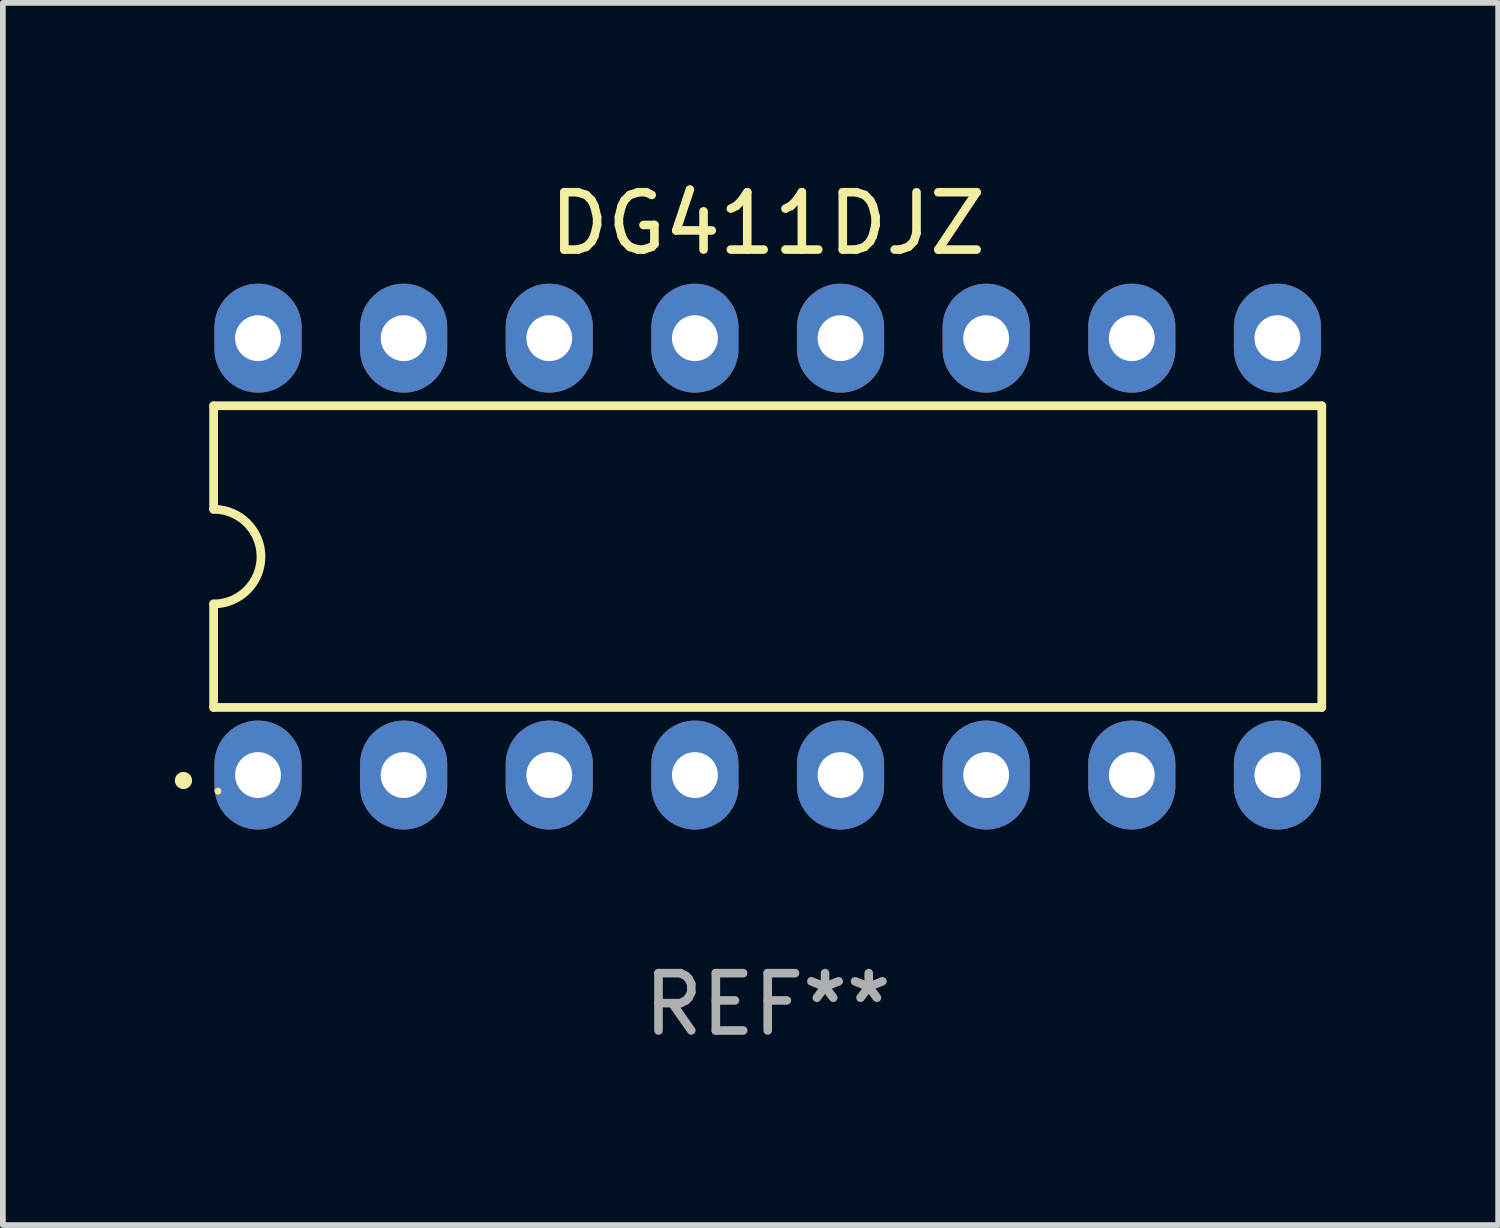
<source format=kicad_pcb>
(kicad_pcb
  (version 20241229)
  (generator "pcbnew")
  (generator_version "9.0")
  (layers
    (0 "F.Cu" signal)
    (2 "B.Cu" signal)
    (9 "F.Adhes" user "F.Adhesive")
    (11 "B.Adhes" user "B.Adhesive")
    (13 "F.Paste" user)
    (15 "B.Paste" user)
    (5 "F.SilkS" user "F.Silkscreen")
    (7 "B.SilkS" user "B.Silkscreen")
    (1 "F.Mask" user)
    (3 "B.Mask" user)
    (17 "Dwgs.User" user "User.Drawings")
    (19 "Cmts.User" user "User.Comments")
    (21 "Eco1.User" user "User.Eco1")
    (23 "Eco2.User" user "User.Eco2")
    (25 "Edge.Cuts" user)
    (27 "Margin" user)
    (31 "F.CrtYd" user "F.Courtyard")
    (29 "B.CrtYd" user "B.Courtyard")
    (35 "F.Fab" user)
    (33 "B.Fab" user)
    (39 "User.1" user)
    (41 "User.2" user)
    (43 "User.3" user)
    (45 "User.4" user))
  (footprint "DG411DJZ"
    (layer "F.Cu")
    (at 10.34 6.658)
    (property "Reference" "DG411DJZ" (at 0 -5.81 0) (layer "F.SilkS") (effects (font (size 1 1) (thickness 0.15))))
    (attr through_hole)
    (fp_line (start -9.664 -2.631) (end -9.664 -0.826) (stroke (width 0.152) (type solid)) (layer "F.SilkS"))
    (fp_line (start -9.664 0.826) (end -9.664 2.631) (stroke (width 0.152) (type solid)) (layer "F.SilkS"))
    (fp_line (start -9.664 2.631) (end 9.664 2.631) (stroke (width 0.152) (type solid)) (layer "F.SilkS"))
    (fp_line (start 9.664 -2.631) (end -9.664 -2.631) (stroke (width 0.152) (type solid)) (layer "F.SilkS"))
    (fp_line (start 9.664 2.631) (end 9.664 -2.631) (stroke (width 0.152) (type solid)) (layer "F.SilkS"))
    (fp_arc (start -9.663701 -0.825626) (mid -8.838075 0) (end -9.663701 0.825626) (stroke (width 0.1524) (type solid)) (layer "F.SilkS"))
    (fp_circle (center -10.19 3.905) (end -10.115 3.905) (stroke (width 0.15) (type solid)) (fill no) (layer "F.SilkS"))
    (fp_circle (center -9.588 4.09) (end -9.558 4.09) (stroke (width 0.06) (type solid)) (fill no) (layer "F.SilkS"))
    (fp_text user "REF**" (at 0 7.81 0) (layer "F.Fab") (effects (font (size 1 1) (thickness 0.15))))
    (pad "1" thru_hole oval (at -8.89 3.81) (size 1.52 1.9) (drill 0.8) (layers "*.Cu" "*.Mask"))
    (pad "2" thru_hole oval (at -6.35 3.81) (size 1.52 1.9) (drill 0.8) (layers "*.Cu" "*.Mask"))
    (pad "3" thru_hole oval (at -3.81 3.81) (size 1.52 1.9) (drill 0.8) (layers "*.Cu" "*.Mask"))
    (pad "4" thru_hole oval (at -1.27 3.81) (size 1.52 1.9) (drill 0.8) (layers "*.Cu" "*.Mask"))
    (pad "5" thru_hole oval (at 1.27 3.81) (size 1.52 1.9) (drill 0.8) (layers "*.Cu" "*.Mask"))
    (pad "6" thru_hole oval (at 3.81 3.81) (size 1.52 1.9) (drill 0.8) (layers "*.Cu" "*.Mask"))
    (pad "7" thru_hole oval (at 6.35 3.81) (size 1.52 1.9) (drill 0.8) (layers "*.Cu" "*.Mask"))
    (pad "8" thru_hole oval (at 8.89 3.81) (size 1.52 1.9) (drill 0.8) (layers "*.Cu" "*.Mask"))
    (pad "9" thru_hole oval (at 8.89 -3.81) (size 1.52 1.9) (drill 0.8) (layers "*.Cu" "*.Mask"))
    (pad "10" thru_hole oval (at 6.35 -3.81) (size 1.52 1.9) (drill 0.8) (layers "*.Cu" "*.Mask"))
    (pad "11" thru_hole oval (at 3.81 -3.81) (size 1.52 1.9) (drill 0.8) (layers "*.Cu" "*.Mask"))
    (pad "12" thru_hole oval (at 1.27 -3.81) (size 1.52 1.9) (drill 0.8) (layers "*.Cu" "*.Mask"))
    (pad "13" thru_hole oval (at -1.27 -3.81) (size 1.52 1.9) (drill 0.8) (layers "*.Cu" "*.Mask"))
    (pad "14" thru_hole oval (at -3.81 -3.81) (size 1.52 1.9) (drill 0.8) (layers "*.Cu" "*.Mask"))
    (pad "15" thru_hole oval (at -6.35 -3.81) (size 1.52 1.9) (drill 0.8) (layers "*.Cu" "*.Mask"))
    (pad "16" thru_hole oval (at -8.89 -3.81) (size 1.52 1.9) (drill 0.8) (layers "*.Cu" "*.Mask")))
  (gr_rect
    (start -3 -3)
    (end 23.08 18.317)
    (stroke (width 0.1) (type default))
    (fill no)
    (layer "Edge.Cuts")))
</source>
